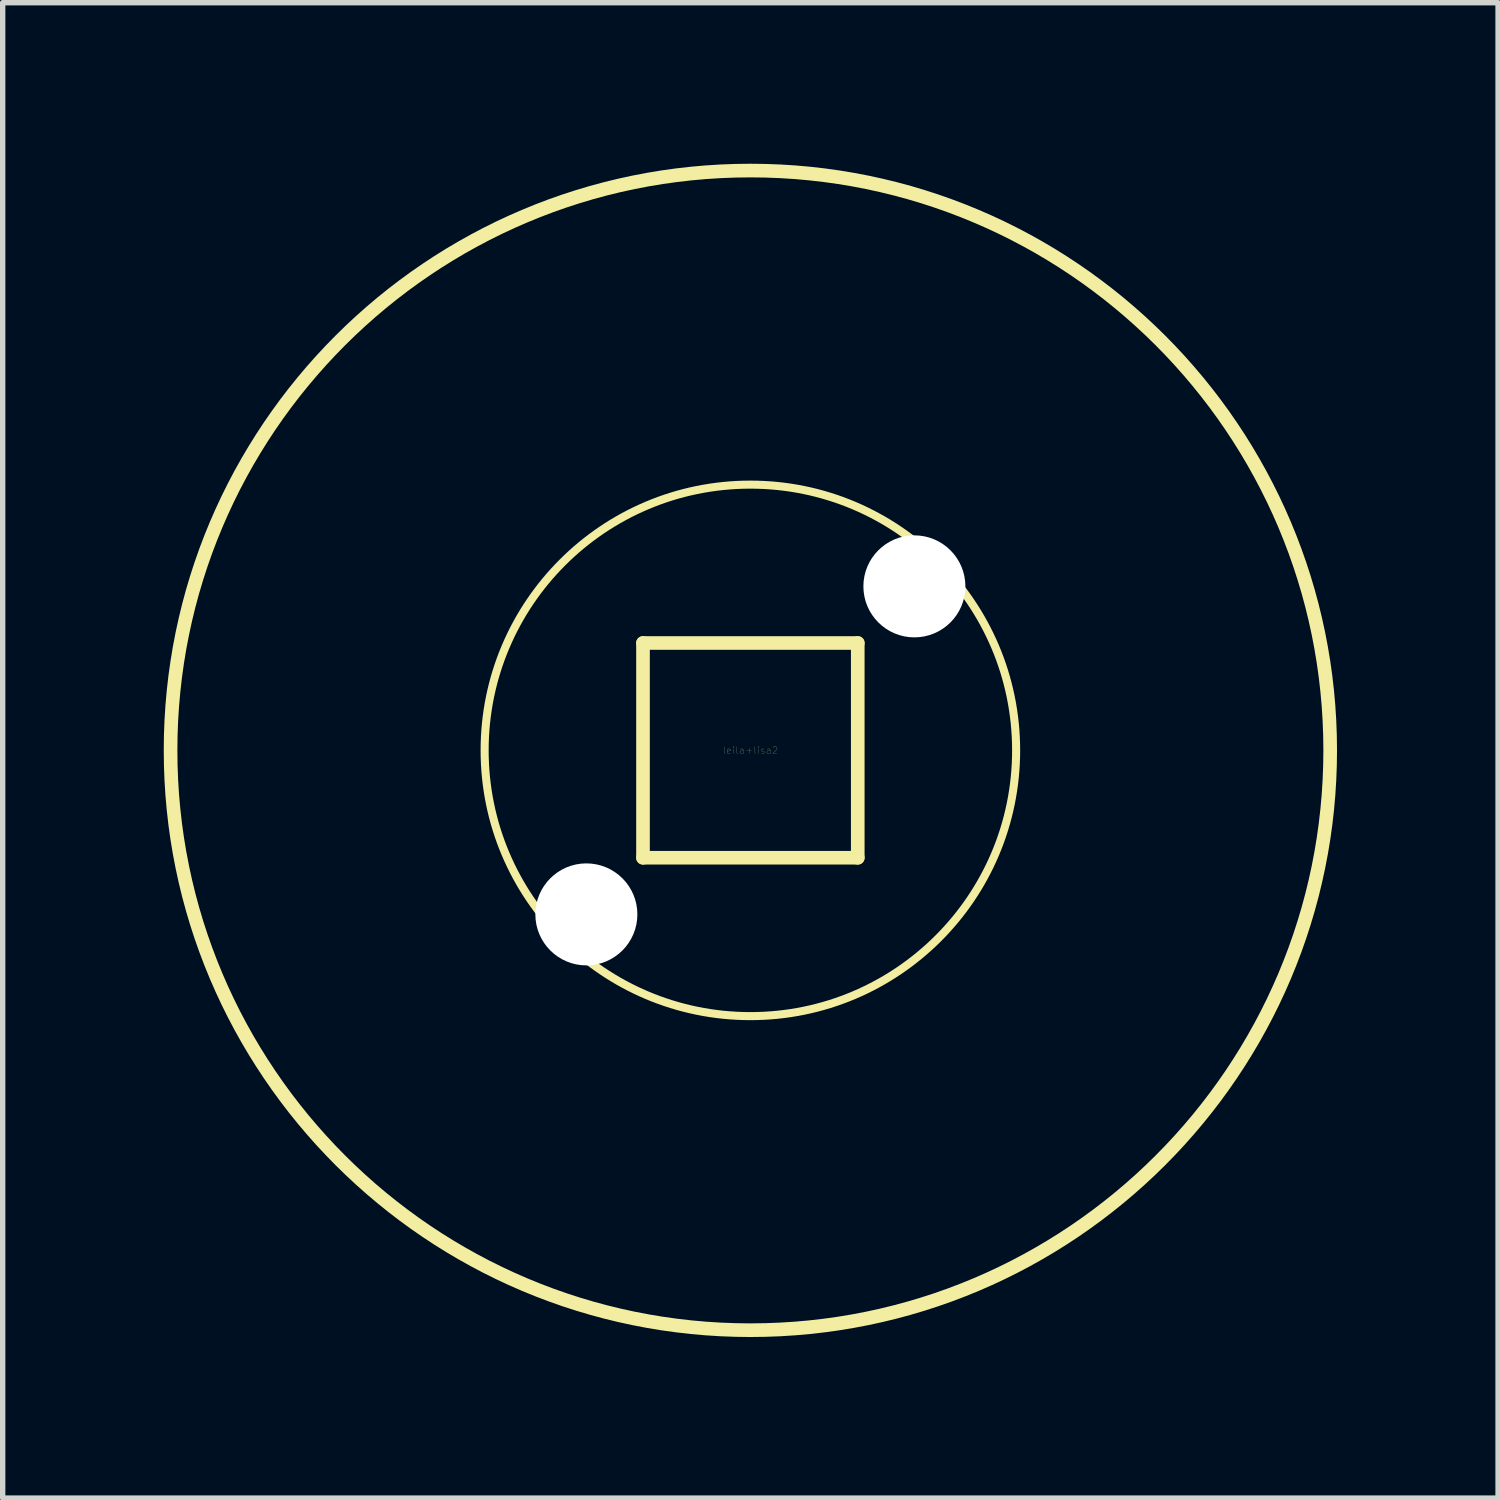
<source format=kicad_pcb>
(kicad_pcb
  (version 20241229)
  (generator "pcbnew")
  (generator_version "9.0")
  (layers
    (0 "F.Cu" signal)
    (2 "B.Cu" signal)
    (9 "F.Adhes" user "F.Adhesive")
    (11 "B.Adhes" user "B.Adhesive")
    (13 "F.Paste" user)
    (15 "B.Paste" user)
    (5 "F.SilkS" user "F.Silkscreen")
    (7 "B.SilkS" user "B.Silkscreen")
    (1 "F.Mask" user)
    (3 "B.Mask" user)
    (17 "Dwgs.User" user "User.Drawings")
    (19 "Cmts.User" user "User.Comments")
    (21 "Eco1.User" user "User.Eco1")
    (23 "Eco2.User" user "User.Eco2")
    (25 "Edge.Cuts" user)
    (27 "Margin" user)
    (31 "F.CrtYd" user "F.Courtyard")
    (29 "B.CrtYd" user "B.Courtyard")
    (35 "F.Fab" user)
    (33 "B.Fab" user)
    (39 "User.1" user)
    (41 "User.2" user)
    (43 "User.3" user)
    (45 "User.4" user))
  (footprint "leila+lisa2"
    (layer "F.Cu")
    (at 10.927 10.927)
    (property "Reference" "leila+lisa2" (at 0 0 0) (layer "F.SilkS") (effects (font (size 0.127 0.127) (thickness 0.003))))
    (attr smd)
    (fp_line (start -2 -2) (end 2 -2) (stroke (width 0.254) (type solid)) (layer "F.SilkS"))
    (fp_line (start -2 2) (end -2 -2) (stroke (width 0.254) (type solid)) (layer "F.SilkS"))
    (fp_line (start 2 -2) (end 2 2) (stroke (width 0.254) (type solid)) (layer "F.SilkS"))
    (fp_line (start 2 2) (end -2 2) (stroke (width 0.254) (type solid)) (layer "F.SilkS"))
    (fp_circle (center 0 0) (end -10.8 0) (stroke (width 0.254) (type solid)) (fill no) (layer "F.SilkS"))
    (fp_circle (center 0 0) (end 4.95 0) (stroke (width 0.15) (type solid)) (fill no) (layer "F.SilkS"))
    (pad "" np_thru_hole circle (at -3.055 3.055) (size 1.9 1.9) (drill 1.9) (layers "*.Cu" "*.Mask"))
    (pad "" np_thru_hole circle (at 3.055 -3.055) (size 1.9 1.9) (drill 1.9) (layers "*.Cu" "*.Mask")))
  (gr_rect
    (start -3 -3)
    (end 24.854 24.854)
    (stroke (width 0.1) (type default))
    (fill no)
    (layer "Edge.Cuts")))
</source>
